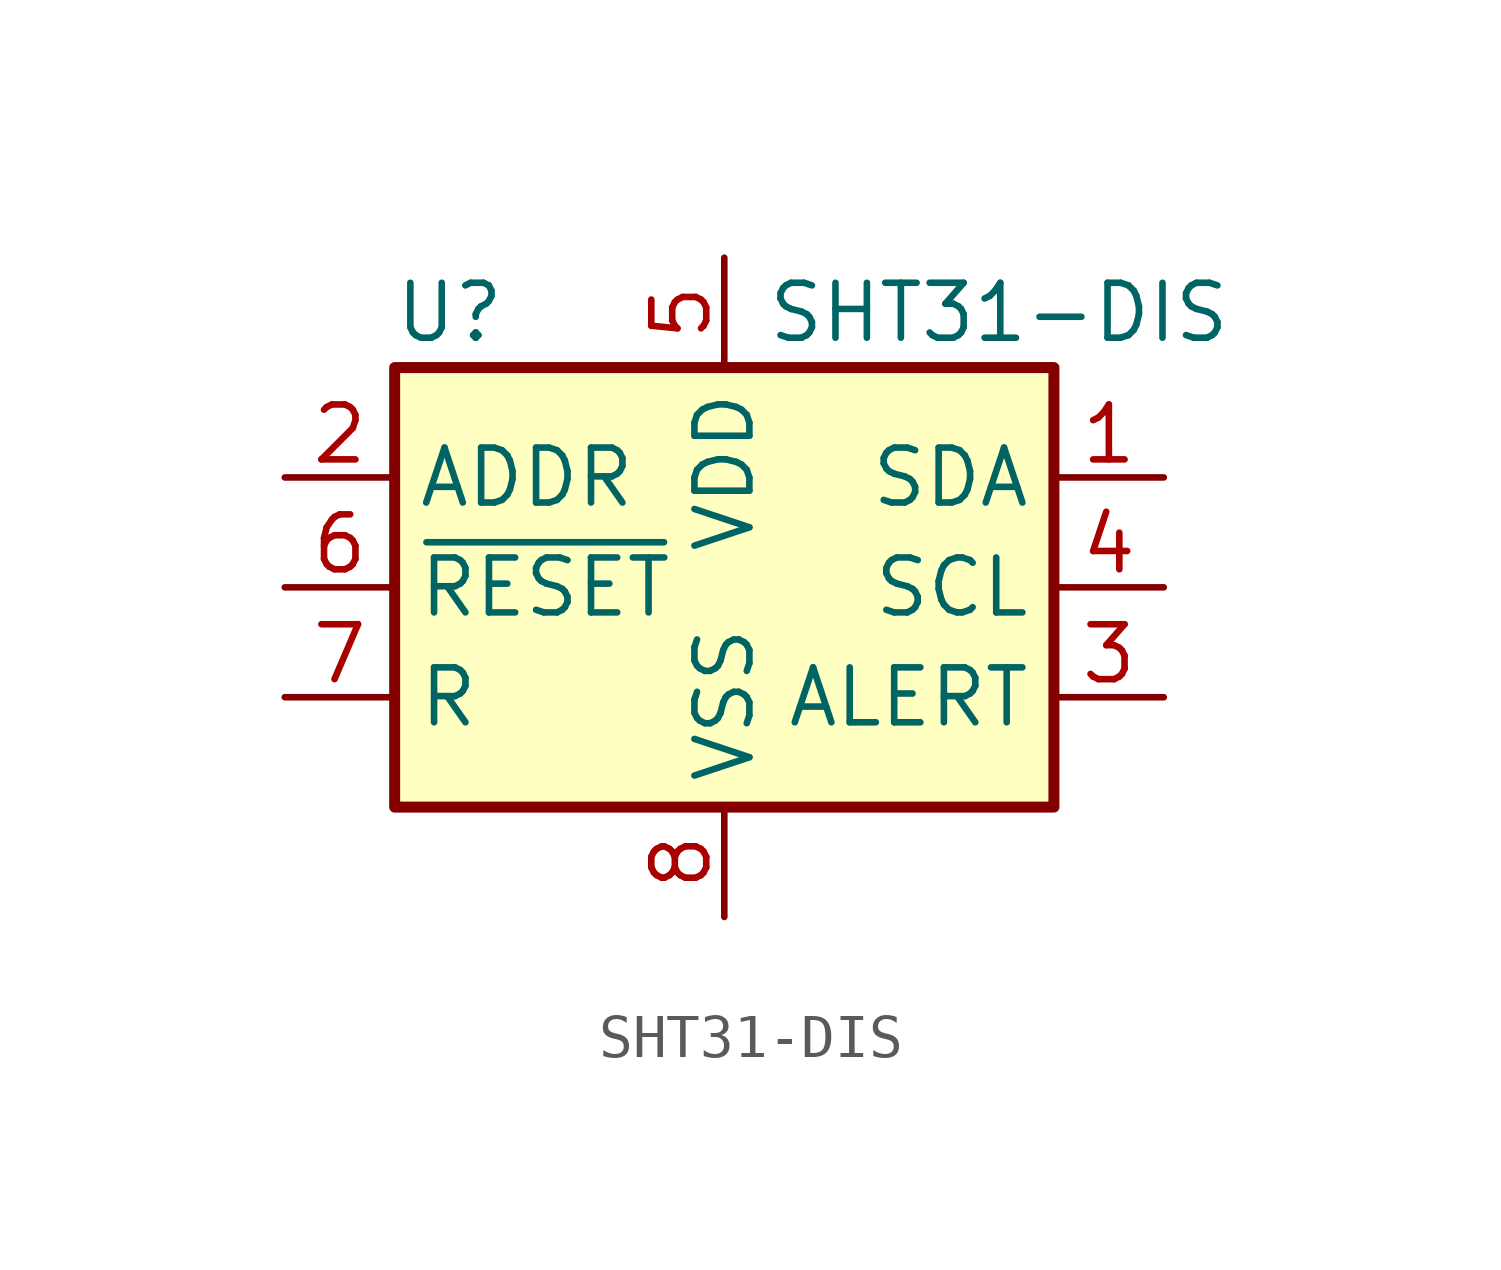
<source format=kicad_sym>
(kicad_symbol_lib
  (version 20201005)
  (generator kicad_symbol_editor)
  (symbol "SHT31-DIS"
    (property "Reference" "U"
      (at -6.35 6.35 0)
      (effects (font (size 1.27 1.27))))
    (property "Value" "SHT31-DIS"
      (at 6.35 6.35 0)
      (effects (font (size 1.27 1.27))))
    (symbol "SHT31-DIS_0_1"
      (rectangle (start -7.62 5.08) (end 7.62 -5.08) (stroke (width 0.254)) (fill (type background))))
    (symbol "SHT31-DIS_1_1"
      (pin bidirectional line (at 10.16 2.54 180) (length 2.54) (name "SDA" (effects (font (size 1.27 1.27)))) (number "1" (effects (font (size 1.27 1.27)))))
      (pin input line (at -10.16 2.54 0) (length 2.54) (name "ADDR" (effects (font (size 1.27 1.27)))) (number "2" (effects (font (size 1.27 1.27)))))
      (pin output line (at 10.16 -2.54 180) (length 2.54) (name "ALERT" (effects (font (size 1.27 1.27)))) (number "3" (effects (font (size 1.27 1.27)))))
      (pin input line (at 10.16 0 180) (length 2.54) (name "SCL" (effects (font (size 1.27 1.27)))) (number "4" (effects (font (size 1.27 1.27)))))
      (pin power_in line (at 0 7.62 270) (length 2.54) (name "VDD" (effects (font (size 1.27 1.27)))) (number "5" (effects (font (size 1.27 1.27)))))
      (pin input line (at -10.16 0 0) (length 2.54) (name "~RESET" (effects (font (size 1.27 1.27)))) (number "6" (effects (font (size 1.27 1.27)))))
      (pin passive line (at -10.16 -2.54 0) (length 2.54) (name "R" (effects (font (size 1.27 1.27)))) (number "7" (effects (font (size 1.27 1.27)))))
      (pin power_in line (at 0 -7.62 90) (length 2.54) (name "VSS" (effects (font (size 1.27 1.27)))) (number "8" (effects (font (size 1.27 1.27)))))
      (pin passive line (at 0 -7.62 90) (length 2.54) hide (name "VSS" (effects (font (size 1.27 1.27)))) (number "9" (effects (font (size 1.27 1.27))))))))
</source>
